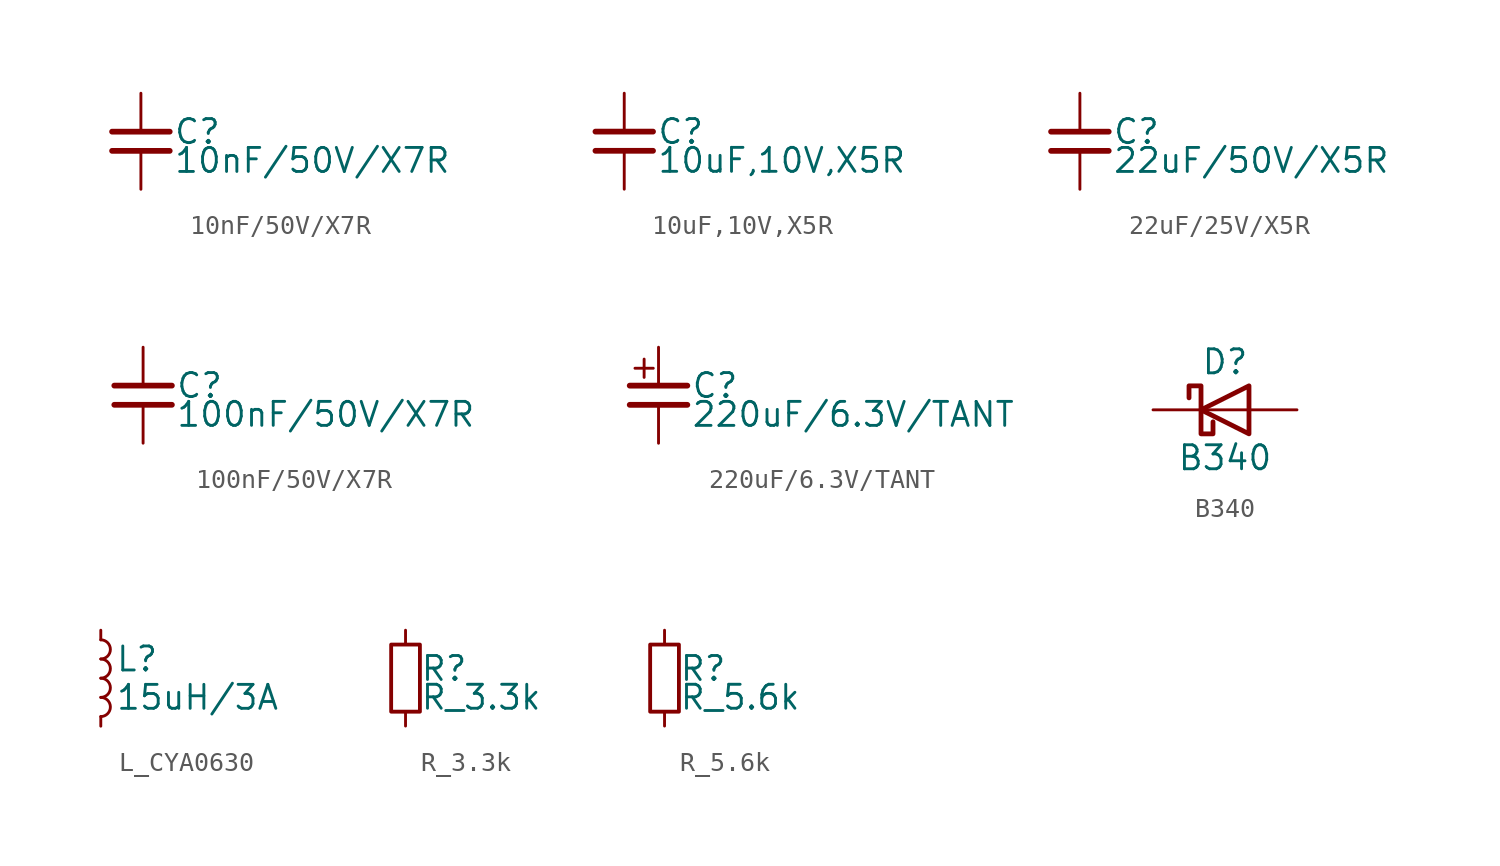
<source format=kicad_sym>
(kicad_symbol_lib
  (version 20231120)
  (generator "kicad_symbol_editor")
  (generator_version "8.0")
  (symbol "10nF/50V/X7R"
    (property "Reference" "C"
      (at 1.71 0.508 0)
      (effects (font (size 1.27 1.27)) (justify left)))
    (property "Value" "10nF/50V/X7R"
      (at 1.71 -1.016 0)
      (effects (font (size 1.27 1.27)) (justify left)))
    (symbol "10nF/50V/X7R_0_0"
      (polyline (pts (xy -1.524 -0.508) (xy 1.524 -0.508)) (stroke (width 0.305) (type default)) (fill (type none)))
      (polyline (pts (xy -1.524 0.508) (xy 1.524 0.508)) (stroke (width 0.305) (type default)) (fill (type none)))
      (pin passive line (at 0 2.54 270) (length 2.032) (name "~" (effects (font (size 0 0)))) (number "1" (effects (font (size 0 0)))))
      (pin passive line (at 0 -2.54 90) (length 2.032) (name "~" (effects (font (size 0 0)))) (number "2" (effects (font (size 0 0)))))))
  (symbol "10uF,10V,X5R "
    (property "Reference" "C"
      (at 1.71 0.508 0)
      (effects (font (size 1.27 1.27)) (justify left)))
    (property "Value" "10uF,10V,X5R "
      (at 1.71 -1.016 0)
      (effects (font (size 1.27 1.27)) (justify left)))
    (property "ki_locked" ""
      (at 0 0 0)
      (effects (font (size 1.27 1.27))))
    (symbol "10uF,10V,X5R _0_0"
      (polyline (pts (xy -1.524 -0.508) (xy 1.524 -0.508)) (stroke (width 0.305) (type default)) (fill (type none)))
      (polyline (pts (xy -1.524 0.508) (xy 1.524 0.508)) (stroke (width 0.305) (type default)) (fill (type none)))
      (pin passive line (at 0 2.54 270) (length 2.032) (name "~" (effects (font (size 0 0)))) (number "1" (effects (font (size 0 0)))))
      (pin passive line (at 0 -2.54 90) (length 2.032) (name "~" (effects (font (size 0 0)))) (number "2" (effects (font (size 0 0)))))))
  (symbol "22uF/25V/X5R"
    (property "Reference" "C"
      (at 1.71 0.508 0)
      (effects (font (size 1.27 1.27)) (justify left)))
    (property "Value" "22uF/50V/X5R"
      (at 1.71 -1.016 0)
      (effects (font (size 1.27 1.27)) (justify left)))
    (symbol "22uF/25V/X5R_0_0"
      (polyline (pts (xy -1.524 -0.508) (xy 1.524 -0.508)) (stroke (width 0.305) (type default)) (fill (type none)))
      (polyline (pts (xy -1.524 0.508) (xy 1.524 0.508)) (stroke (width 0.305) (type default)) (fill (type none)))
      (pin passive line (at 0 2.54 270) (length 2.032) (name "~" (effects (font (size 0 0)))) (number "1" (effects (font (size 0 0)))))
      (pin passive line (at 0 -2.54 90) (length 2.032) (name "~" (effects (font (size 0 0)))) (number "2" (effects (font (size 0 0)))))))
  (symbol "100nF/50V/X7R"
    (property "Reference" "C"
      (at 1.71 0.508 0)
      (effects (font (size 1.27 1.27)) (justify left)))
    (property "Value" "100nF/50V/X7R"
      (at 1.71 -1.016 0)
      (effects (font (size 1.27 1.27)) (justify left)))
    (symbol "100nF/50V/X7R_0_0"
      (polyline (pts (xy -1.524 -0.508) (xy 1.524 -0.508)) (stroke (width 0.305) (type default)) (fill (type none)))
      (polyline (pts (xy -1.524 0.508) (xy 1.524 0.508)) (stroke (width 0.305) (type default)) (fill (type none)))
      (pin passive line (at 0 2.54 270) (length 2.032) (name "~" (effects (font (size 0 0)))) (number "1" (effects (font (size 0 0)))))
      (pin passive line (at 0 -2.54 90) (length 2.032) (name "~" (effects (font (size 0 0)))) (number "2" (effects (font (size 0 0)))))))
  (symbol "220uF/6.3V/TANT"
    (property "Reference" "C"
      (at 1.71 0.508 0)
      (effects (font (size 1.27 1.27)) (justify left)))
    (property "Value" "220uF/6.3V/TANT"
      (at 1.71 -1.016 0)
      (effects (font (size 1.27 1.27)) (justify left)))
    (symbol "220uF/6.3V/TANT_0_0"
      (polyline (pts (xy -1.524 -0.508) (xy 1.524 -0.508)) (stroke (width 0.305) (type default)) (fill (type none)))
      (polyline (pts (xy -1.524 0.508) (xy 1.524 0.508)) (stroke (width 0.305) (type default)) (fill (type none)))
      (pin passive line (at 0 2.54 270) (length 2.032) (name "~" (effects (font (size 0 0)))) (number "1" (effects (font (size 0 0)))))
      (pin passive line (at 0 -2.54 90) (length 2.032) (name "~" (effects (font (size 0 0)))) (number "2" (effects (font (size 0 0))))))
    (symbol "220uF/6.3V/TANT_1_1"
      (text "+" (at -0.762 1.524 0) (effects (font (size 1.27 1.27))))))
  (symbol "B340"
    (pin_numbers hide)
    (pin_names
      (offset 1.016) hide)
    (property "Reference" "D"
      (at 0 2.54 0)
      (effects (font (size 1.27 1.27))))
    (property "Value" "B340"
      (at 0 -2.54 0)
      (effects (font (size 1.27 1.27))))
    (symbol "B340_0_1"
      (polyline (pts (xy 1.27 0) (xy -1.27 0)) (stroke (width 0) (type default)) (fill (type none)))
      (polyline (pts (xy 1.27 1.27) (xy 1.27 -1.27) (xy -1.27 0) (xy 1.27 1.27)) (stroke (width 0.254) (type default)) (fill (type none)))
      (polyline (pts (xy -1.905 0.635) (xy -1.905 1.27) (xy -1.27 1.27) (xy -1.27 -1.27) (xy -0.635 -1.27) (xy -0.635 -0.635)) (stroke (width 0.254) (type default)) (fill (type none))))
    (symbol "B340_1_1"
      (pin passive line (at -3.81 0 0) (length 2.54) (name "K" (effects (font (size 1.27 1.27)))) (number "1" (effects (font (size 1.27 1.27)))))
      (pin passive line (at 3.81 0 180) (length 2.54) (name "A" (effects (font (size 1.27 1.27)))) (number "2" (effects (font (size 1.27 1.27)))))))
  (symbol "L_CYA0630"
    (pin_numbers hide)
    (pin_names
      (offset 0.254) hide)
    (property "Reference" "L"
      (at 0.762 1.016 0)
      (effects (font (size 1.27 1.27)) (justify left)))
    (property "Value" "15uH/3A"
      (at 0.762 -1.016 0)
      (effects (font (size 1.27 1.27)) (justify left)))
    (symbol "L_CYA0630_0_1"
      (arc (start 0 -2.032) (mid 0.5058 -1.524) (end 0 -1.016) (stroke (width 0) (type default)) (fill (type none)))
      (arc (start 0 -1.016) (mid 0.5058 -0.508) (end 0 0) (stroke (width 0) (type default)) (fill (type none)))
      (arc (start 0 0) (mid 0.5058 0.508) (end 0 1.016) (stroke (width 0) (type default)) (fill (type none)))
      (arc (start 0 1.016) (mid 0.5058 1.524) (end 0 2.032) (stroke (width 0) (type default)) (fill (type none))))
    (symbol "L_CYA0630_1_1"
      (pin passive line (at 0 2.54 270) (length 0.508) (name "~" (effects (font (size 1.27 1.27)))) (number "1" (effects (font (size 1.27 1.27)))))
      (pin passive line (at 0 -2.54 90) (length 0.508) (name "~" (effects (font (size 1.27 1.27)))) (number "2" (effects (font (size 1.27 1.27)))))))
  (symbol "R_3.3k"
    (pin_numbers hide)
    (pin_names
      (offset 0.254) hide)
    (property "Reference" "R"
      (at 0.762 0.508 0)
      (effects (font (size 1.27 1.27)) (justify left)))
    (property "Value" "R_3.3k"
      (at 0.762 -1.016 0)
      (effects (font (size 1.27 1.27)) (justify left)))
    (symbol "R_3.3k_0_1"
      (rectangle (start -0.762 1.778) (end 0.762 -1.778) (stroke (width 0.203) (type default)) (fill (type none))))
    (symbol "R_3.3k_1_1"
      (pin passive line (at 0 2.54 270) (length 0.762) (name "~" (effects (font (size 1.27 1.27)))) (number "1" (effects (font (size 1.27 1.27)))))
      (pin passive line (at 0 -2.54 90) (length 0.762) (name "~" (effects (font (size 1.27 1.27)))) (number "2" (effects (font (size 1.27 1.27)))))))
  (symbol "R_5.6k"
    (pin_numbers hide)
    (pin_names
      (offset 0.254) hide)
    (property "Reference" "R"
      (at 0.762 0.508 0)
      (effects (font (size 1.27 1.27)) (justify left)))
    (property "Value" "R_5.6k"
      (at 0.762 -1.016 0)
      (effects (font (size 1.27 1.27)) (justify left)))
    (symbol "R_5.6k_0_1"
      (rectangle (start -0.762 1.778) (end 0.762 -1.778) (stroke (width 0.203) (type default)) (fill (type none))))
    (symbol "R_5.6k_1_1"
      (pin passive line (at 0 2.54 270) (length 0.762) (name "~" (effects (font (size 1.27 1.27)))) (number "1" (effects (font (size 1.27 1.27)))))
      (pin passive line (at 0 -2.54 90) (length 0.762) (name "~" (effects (font (size 1.27 1.27)))) (number "2" (effects (font (size 1.27 1.27))))))))
</source>
